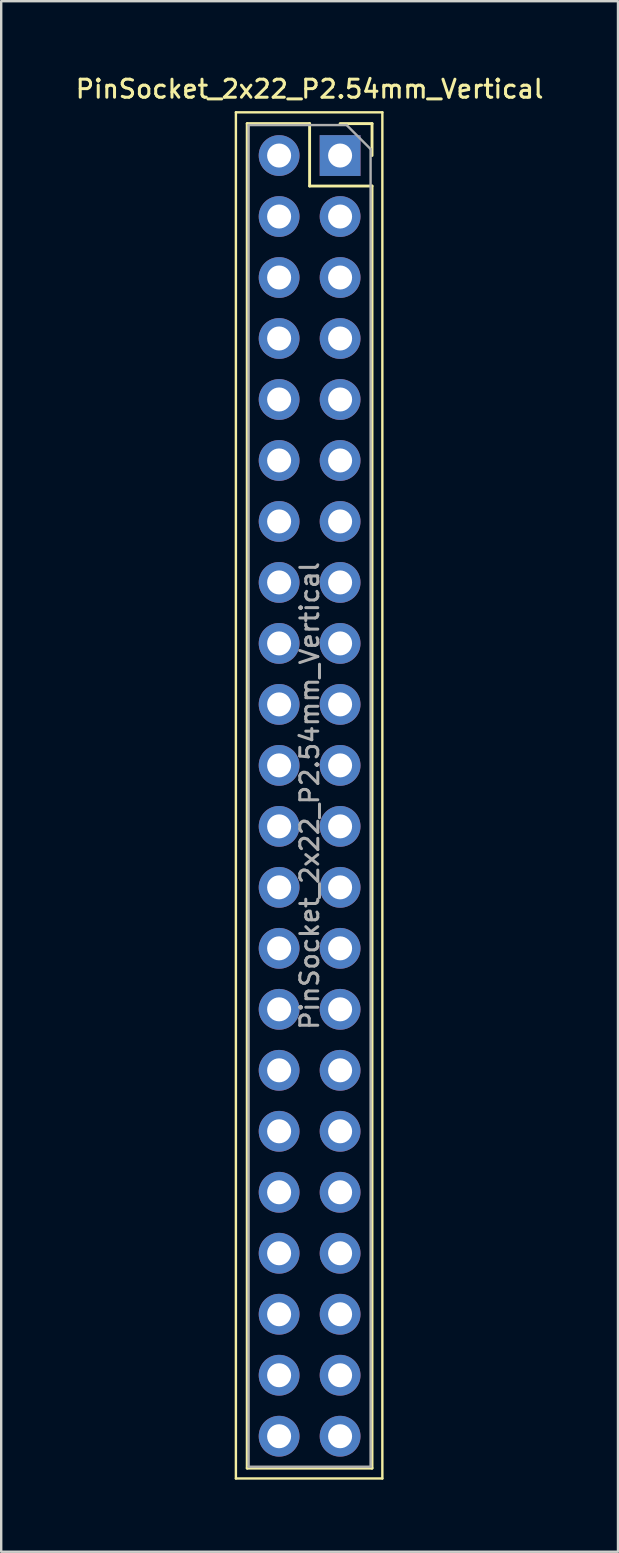
<source format=kicad_pcb>
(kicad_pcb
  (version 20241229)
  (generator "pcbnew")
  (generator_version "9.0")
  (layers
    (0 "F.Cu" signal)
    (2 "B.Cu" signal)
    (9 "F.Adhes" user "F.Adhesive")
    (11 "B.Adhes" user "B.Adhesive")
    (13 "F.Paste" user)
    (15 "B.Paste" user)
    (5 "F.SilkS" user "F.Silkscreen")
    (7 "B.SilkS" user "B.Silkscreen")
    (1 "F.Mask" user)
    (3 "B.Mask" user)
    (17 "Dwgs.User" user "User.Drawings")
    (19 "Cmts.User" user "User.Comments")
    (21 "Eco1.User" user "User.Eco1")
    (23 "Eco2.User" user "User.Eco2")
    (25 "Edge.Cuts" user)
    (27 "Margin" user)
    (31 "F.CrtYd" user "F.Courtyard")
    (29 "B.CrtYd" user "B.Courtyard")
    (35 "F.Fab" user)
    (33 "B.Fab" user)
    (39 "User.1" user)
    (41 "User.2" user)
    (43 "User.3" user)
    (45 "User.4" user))
  (footprint "PinSocket_2x22_P2.54mm_Vertical"
    (layer "F.Cu")
    (at 11.115 3.428)
    (property "Reference" "PinSocket_2x22_P2.54mm_Vertical" (at -1.27 -2.77 0) (layer "F.SilkS") (effects (font (size 0.75 0.75) (thickness 0.125))))
    (attr through_hole)
    (fp_line (start -4.34 -1.8) (end 1.76 -1.8) (stroke (width 0.1) (type solid)) (layer "F.SilkS"))
    (fp_line (start -4.34 55.1) (end -4.34 -1.8) (stroke (width 0.1) (type solid)) (layer "F.SilkS"))
    (fp_line (start -3.87 -1.33) (end -3.87 54.67) (stroke (width 0.12) (type solid)) (layer "F.SilkS"))
    (fp_line (start -3.87 -1.33) (end -1.27 -1.33) (stroke (width 0.12) (type solid)) (layer "F.SilkS"))
    (fp_line (start -3.87 54.67) (end 1.33 54.67) (stroke (width 0.12) (type solid)) (layer "F.SilkS"))
    (fp_line (start -1.27 -1.33) (end -1.27 1.27) (stroke (width 0.12) (type solid)) (layer "F.SilkS"))
    (fp_line (start -1.27 1.27) (end 1.33 1.27) (stroke (width 0.12) (type solid)) (layer "F.SilkS"))
    (fp_line (start 0 -1.33) (end 1.33 -1.33) (stroke (width 0.12) (type solid)) (layer "F.SilkS"))
    (fp_line (start 1.33 -1.33) (end 1.33 0) (stroke (width 0.12) (type solid)) (layer "F.SilkS"))
    (fp_line (start 1.33 1.27) (end 1.33 54.67) (stroke (width 0.12) (type solid)) (layer "F.SilkS"))
    (fp_line (start 1.76 -1.8) (end 1.76 55.1) (stroke (width 0.1) (type solid)) (layer "F.SilkS"))
    (fp_line (start 1.76 55.1) (end -4.34 55.1) (stroke (width 0.1) (type solid)) (layer "F.SilkS"))
    (fp_line (start -3.81 -1.27) (end 0.27 -1.27) (stroke (width 0.1) (type solid)) (layer "F.Fab"))
    (fp_line (start -3.81 54.61) (end -3.81 -1.27) (stroke (width 0.1) (type solid)) (layer "F.Fab"))
    (fp_line (start 0.27 -1.27) (end 1.27 -0.27) (stroke (width 0.1) (type solid)) (layer "F.Fab"))
    (fp_line (start 1.27 -0.27) (end 1.27 54.61) (stroke (width 0.1) (type solid)) (layer "F.Fab"))
    (fp_line (start 1.27 54.61) (end -3.81 54.61) (stroke (width 0.1) (type solid)) (layer "F.Fab"))
    (fp_text user "${REFERENCE}" (at -1.27 26.67 90) (layer "F.Fab") (effects (font (size 0.75 0.75) (thickness 0.125))))
    (pad "1" thru_hole rect (at 0 0) (size 1.7 1.7) (drill 1) (layers "*.Cu" "*.Mask"))
    (pad "2" thru_hole oval (at -2.54 0) (size 1.7 1.7) (drill 1) (layers "*.Cu" "*.Mask"))
    (pad "3" thru_hole oval (at 0 2.54) (size 1.7 1.7) (drill 1) (layers "*.Cu" "*.Mask"))
    (pad "4" thru_hole oval (at -2.54 2.54) (size 1.7 1.7) (drill 1) (layers "*.Cu" "*.Mask"))
    (pad "5" thru_hole oval (at 0 5.08) (size 1.7 1.7) (drill 1) (layers "*.Cu" "*.Mask"))
    (pad "6" thru_hole oval (at -2.54 5.08) (size 1.7 1.7) (drill 1) (layers "*.Cu" "*.Mask"))
    (pad "7" thru_hole oval (at 0 7.62) (size 1.7 1.7) (drill 1) (layers "*.Cu" "*.Mask"))
    (pad "8" thru_hole oval (at -2.54 7.62) (size 1.7 1.7) (drill 1) (layers "*.Cu" "*.Mask"))
    (pad "9" thru_hole oval (at 0 10.16) (size 1.7 1.7) (drill 1) (layers "*.Cu" "*.Mask"))
    (pad "10" thru_hole oval (at -2.54 10.16) (size 1.7 1.7) (drill 1) (layers "*.Cu" "*.Mask"))
    (pad "11" thru_hole oval (at 0 12.7) (size 1.7 1.7) (drill 1) (layers "*.Cu" "*.Mask"))
    (pad "12" thru_hole oval (at -2.54 12.7) (size 1.7 1.7) (drill 1) (layers "*.Cu" "*.Mask"))
    (pad "13" thru_hole oval (at 0 15.24) (size 1.7 1.7) (drill 1) (layers "*.Cu" "*.Mask"))
    (pad "14" thru_hole oval (at -2.54 15.24) (size 1.7 1.7) (drill 1) (layers "*.Cu" "*.Mask"))
    (pad "15" thru_hole oval (at 0 17.78) (size 1.7 1.7) (drill 1) (layers "*.Cu" "*.Mask"))
    (pad "16" thru_hole oval (at -2.54 17.78) (size 1.7 1.7) (drill 1) (layers "*.Cu" "*.Mask"))
    (pad "17" thru_hole oval (at 0 20.32) (size 1.7 1.7) (drill 1) (layers "*.Cu" "*.Mask"))
    (pad "18" thru_hole oval (at -2.54 20.32) (size 1.7 1.7) (drill 1) (layers "*.Cu" "*.Mask"))
    (pad "19" thru_hole oval (at 0 22.86) (size 1.7 1.7) (drill 1) (layers "*.Cu" "*.Mask"))
    (pad "20" thru_hole oval (at -2.54 22.86) (size 1.7 1.7) (drill 1) (layers "*.Cu" "*.Mask"))
    (pad "21" thru_hole oval (at 0 25.4) (size 1.7 1.7) (drill 1) (layers "*.Cu" "*.Mask"))
    (pad "22" thru_hole oval (at -2.54 25.4) (size 1.7 1.7) (drill 1) (layers "*.Cu" "*.Mask"))
    (pad "23" thru_hole oval (at 0 27.94) (size 1.7 1.7) (drill 1) (layers "*.Cu" "*.Mask"))
    (pad "24" thru_hole oval (at -2.54 27.94) (size 1.7 1.7) (drill 1) (layers "*.Cu" "*.Mask"))
    (pad "25" thru_hole oval (at 0 30.48) (size 1.7 1.7) (drill 1) (layers "*.Cu" "*.Mask"))
    (pad "26" thru_hole oval (at -2.54 30.48) (size 1.7 1.7) (drill 1) (layers "*.Cu" "*.Mask"))
    (pad "27" thru_hole oval (at 0 33.02) (size 1.7 1.7) (drill 1) (layers "*.Cu" "*.Mask"))
    (pad "28" thru_hole oval (at -2.54 33.02) (size 1.7 1.7) (drill 1) (layers "*.Cu" "*.Mask"))
    (pad "29" thru_hole oval (at 0 35.56) (size 1.7 1.7) (drill 1) (layers "*.Cu" "*.Mask"))
    (pad "30" thru_hole oval (at -2.54 35.56) (size 1.7 1.7) (drill 1) (layers "*.Cu" "*.Mask"))
    (pad "31" thru_hole oval (at 0 38.1) (size 1.7 1.7) (drill 1) (layers "*.Cu" "*.Mask"))
    (pad "32" thru_hole oval (at -2.54 38.1) (size 1.7 1.7) (drill 1) (layers "*.Cu" "*.Mask"))
    (pad "33" thru_hole oval (at 0 40.64) (size 1.7 1.7) (drill 1) (layers "*.Cu" "*.Mask"))
    (pad "34" thru_hole oval (at -2.54 40.64) (size 1.7 1.7) (drill 1) (layers "*.Cu" "*.Mask"))
    (pad "35" thru_hole oval (at 0 43.18) (size 1.7 1.7) (drill 1) (layers "*.Cu" "*.Mask"))
    (pad "36" thru_hole oval (at -2.54 43.18) (size 1.7 1.7) (drill 1) (layers "*.Cu" "*.Mask"))
    (pad "37" thru_hole oval (at 0 45.72) (size 1.7 1.7) (drill 1) (layers "*.Cu" "*.Mask"))
    (pad "38" thru_hole oval (at -2.54 45.72) (size 1.7 1.7) (drill 1) (layers "*.Cu" "*.Mask"))
    (pad "39" thru_hole oval (at 0 48.26) (size 1.7 1.7) (drill 1) (layers "*.Cu" "*.Mask"))
    (pad "40" thru_hole oval (at -2.54 48.26) (size 1.7 1.7) (drill 1) (layers "*.Cu" "*.Mask"))
    (pad "41" thru_hole oval (at 0 50.8) (size 1.7 1.7) (drill 1) (layers "*.Cu" "*.Mask"))
    (pad "42" thru_hole oval (at -2.54 50.8) (size 1.7 1.7) (drill 1) (layers "*.Cu" "*.Mask"))
    (pad "43" thru_hole oval (at 0 53.34) (size 1.7 1.7) (drill 1) (layers "*.Cu" "*.Mask"))
    (pad "44" thru_hole oval (at -2.54 53.34) (size 1.7 1.7) (drill 1) (layers "*.Cu" "*.Mask")))
  (gr_rect
    (start -3 -3)
    (end 22.689 61.578)
    (stroke (width 0.1) (type default))
    (fill no)
    (layer "Edge.Cuts")))
</source>
